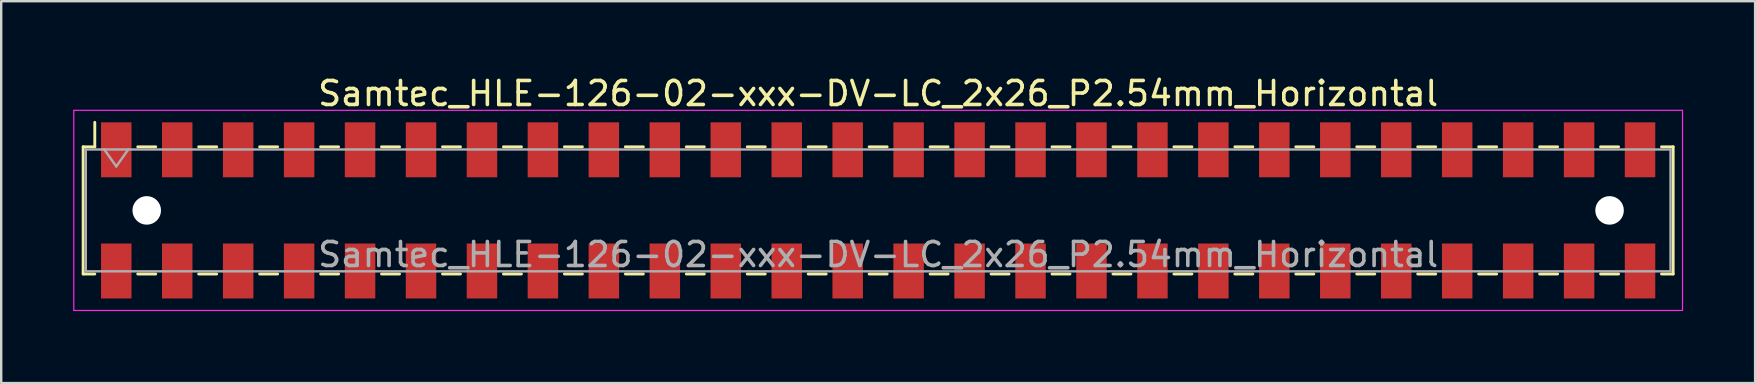
<source format=kicad_pcb>
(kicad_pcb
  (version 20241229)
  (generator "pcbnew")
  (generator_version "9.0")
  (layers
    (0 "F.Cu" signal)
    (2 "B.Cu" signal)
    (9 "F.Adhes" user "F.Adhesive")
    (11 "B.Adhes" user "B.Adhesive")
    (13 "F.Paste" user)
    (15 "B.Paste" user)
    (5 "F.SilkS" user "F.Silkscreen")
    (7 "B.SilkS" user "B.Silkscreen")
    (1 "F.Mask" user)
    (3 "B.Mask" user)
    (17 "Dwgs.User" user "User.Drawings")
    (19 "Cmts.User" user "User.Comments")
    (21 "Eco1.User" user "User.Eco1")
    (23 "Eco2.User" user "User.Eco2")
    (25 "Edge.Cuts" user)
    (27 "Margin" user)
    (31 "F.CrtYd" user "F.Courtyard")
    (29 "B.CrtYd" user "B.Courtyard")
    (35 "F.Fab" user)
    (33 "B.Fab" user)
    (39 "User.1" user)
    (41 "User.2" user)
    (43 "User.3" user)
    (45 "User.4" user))
  (footprint "Samtec_HLE-126-02-xxx-DV-LC_2x26_P2.54mm_Horizontal"
    (layer "F.Cu")
    (at 33.545 5.718)
    (property "Reference" "Samtec_HLE-126-02-xxx-DV-LC_2x26_P2.54mm_Horizontal" (at 0 -4.87 0) (layer "F.SilkS") (effects (font (size 1 1) (thickness 0.15))))
    (attr smd)
    (fp_line (start -33.13 -2.65) (end -33.13 2.65) (stroke (width 0.12) (type solid)) (layer "F.SilkS"))
    (fp_line (start -33.13 2.65) (end -32.645 2.65) (stroke (width 0.12) (type solid)) (layer "F.SilkS"))
    (fp_line (start -32.645 -3.67) (end -32.645 -2.65) (stroke (width 0.12) (type solid)) (layer "F.SilkS"))
    (fp_line (start -32.645 -2.65) (end -33.13 -2.65) (stroke (width 0.12) (type solid)) (layer "F.SilkS"))
    (fp_line (start -30.855 -2.65) (end -30.105 -2.65) (stroke (width 0.12) (type solid)) (layer "F.SilkS"))
    (fp_line (start -30.855 2.65) (end -30.105 2.65) (stroke (width 0.12) (type solid)) (layer "F.SilkS"))
    (fp_line (start -28.315 -2.65) (end -27.565 -2.65) (stroke (width 0.12) (type solid)) (layer "F.SilkS"))
    (fp_line (start -28.315 2.65) (end -27.565 2.65) (stroke (width 0.12) (type solid)) (layer "F.SilkS"))
    (fp_line (start -25.775 -2.65) (end -25.025 -2.65) (stroke (width 0.12) (type solid)) (layer "F.SilkS"))
    (fp_line (start -25.775 2.65) (end -25.025 2.65) (stroke (width 0.12) (type solid)) (layer "F.SilkS"))
    (fp_line (start -23.235 -2.65) (end -22.485 -2.65) (stroke (width 0.12) (type solid)) (layer "F.SilkS"))
    (fp_line (start -23.235 2.65) (end -22.485 2.65) (stroke (width 0.12) (type solid)) (layer "F.SilkS"))
    (fp_line (start -20.695 -2.65) (end -19.945 -2.65) (stroke (width 0.12) (type solid)) (layer "F.SilkS"))
    (fp_line (start -20.695 2.65) (end -19.945 2.65) (stroke (width 0.12) (type solid)) (layer "F.SilkS"))
    (fp_line (start -18.155 -2.65) (end -17.405 -2.65) (stroke (width 0.12) (type solid)) (layer "F.SilkS"))
    (fp_line (start -18.155 2.65) (end -17.405 2.65) (stroke (width 0.12) (type solid)) (layer "F.SilkS"))
    (fp_line (start -15.615 -2.65) (end -14.865 -2.65) (stroke (width 0.12) (type solid)) (layer "F.SilkS"))
    (fp_line (start -15.615 2.65) (end -14.865 2.65) (stroke (width 0.12) (type solid)) (layer "F.SilkS"))
    (fp_line (start -13.075 -2.65) (end -12.325 -2.65) (stroke (width 0.12) (type solid)) (layer "F.SilkS"))
    (fp_line (start -13.075 2.65) (end -12.325 2.65) (stroke (width 0.12) (type solid)) (layer "F.SilkS"))
    (fp_line (start -10.535 -2.65) (end -9.785 -2.65) (stroke (width 0.12) (type solid)) (layer "F.SilkS"))
    (fp_line (start -10.535 2.65) (end -9.785 2.65) (stroke (width 0.12) (type solid)) (layer "F.SilkS"))
    (fp_line (start -7.995 -2.65) (end -7.245 -2.65) (stroke (width 0.12) (type solid)) (layer "F.SilkS"))
    (fp_line (start -7.995 2.65) (end -7.245 2.65) (stroke (width 0.12) (type solid)) (layer "F.SilkS"))
    (fp_line (start -5.455 -2.65) (end -4.705 -2.65) (stroke (width 0.12) (type solid)) (layer "F.SilkS"))
    (fp_line (start -5.455 2.65) (end -4.705 2.65) (stroke (width 0.12) (type solid)) (layer "F.SilkS"))
    (fp_line (start -2.915 -2.65) (end -2.165 -2.65) (stroke (width 0.12) (type solid)) (layer "F.SilkS"))
    (fp_line (start -2.915 2.65) (end -2.165 2.65) (stroke (width 0.12) (type solid)) (layer "F.SilkS"))
    (fp_line (start -0.375 -2.65) (end 0.375 -2.65) (stroke (width 0.12) (type solid)) (layer "F.SilkS"))
    (fp_line (start -0.375 2.65) (end 0.375 2.65) (stroke (width 0.12) (type solid)) (layer "F.SilkS"))
    (fp_line (start 2.165 -2.65) (end 2.915 -2.65) (stroke (width 0.12) (type solid)) (layer "F.SilkS"))
    (fp_line (start 2.165 2.65) (end 2.915 2.65) (stroke (width 0.12) (type solid)) (layer "F.SilkS"))
    (fp_line (start 4.705 -2.65) (end 5.455 -2.65) (stroke (width 0.12) (type solid)) (layer "F.SilkS"))
    (fp_line (start 4.705 2.65) (end 5.455 2.65) (stroke (width 0.12) (type solid)) (layer "F.SilkS"))
    (fp_line (start 7.245 -2.65) (end 7.995 -2.65) (stroke (width 0.12) (type solid)) (layer "F.SilkS"))
    (fp_line (start 7.245 2.65) (end 7.995 2.65) (stroke (width 0.12) (type solid)) (layer "F.SilkS"))
    (fp_line (start 9.785 -2.65) (end 10.535 -2.65) (stroke (width 0.12) (type solid)) (layer "F.SilkS"))
    (fp_line (start 9.785 2.65) (end 10.535 2.65) (stroke (width 0.12) (type solid)) (layer "F.SilkS"))
    (fp_line (start 12.325 -2.65) (end 13.075 -2.65) (stroke (width 0.12) (type solid)) (layer "F.SilkS"))
    (fp_line (start 12.325 2.65) (end 13.075 2.65) (stroke (width 0.12) (type solid)) (layer "F.SilkS"))
    (fp_line (start 14.865 -2.65) (end 15.615 -2.65) (stroke (width 0.12) (type solid)) (layer "F.SilkS"))
    (fp_line (start 14.865 2.65) (end 15.615 2.65) (stroke (width 0.12) (type solid)) (layer "F.SilkS"))
    (fp_line (start 17.405 -2.65) (end 18.155 -2.65) (stroke (width 0.12) (type solid)) (layer "F.SilkS"))
    (fp_line (start 17.405 2.65) (end 18.155 2.65) (stroke (width 0.12) (type solid)) (layer "F.SilkS"))
    (fp_line (start 19.945 -2.65) (end 20.695 -2.65) (stroke (width 0.12) (type solid)) (layer "F.SilkS"))
    (fp_line (start 19.945 2.65) (end 20.695 2.65) (stroke (width 0.12) (type solid)) (layer "F.SilkS"))
    (fp_line (start 22.485 -2.65) (end 23.235 -2.65) (stroke (width 0.12) (type solid)) (layer "F.SilkS"))
    (fp_line (start 22.485 2.65) (end 23.235 2.65) (stroke (width 0.12) (type solid)) (layer "F.SilkS"))
    (fp_line (start 25.025 -2.65) (end 25.775 -2.65) (stroke (width 0.12) (type solid)) (layer "F.SilkS"))
    (fp_line (start 25.025 2.65) (end 25.775 2.65) (stroke (width 0.12) (type solid)) (layer "F.SilkS"))
    (fp_line (start 27.565 -2.65) (end 28.315 -2.65) (stroke (width 0.12) (type solid)) (layer "F.SilkS"))
    (fp_line (start 27.565 2.65) (end 28.315 2.65) (stroke (width 0.12) (type solid)) (layer "F.SilkS"))
    (fp_line (start 30.105 -2.65) (end 30.855 -2.65) (stroke (width 0.12) (type solid)) (layer "F.SilkS"))
    (fp_line (start 30.105 2.65) (end 30.855 2.65) (stroke (width 0.12) (type solid)) (layer "F.SilkS"))
    (fp_line (start 32.645 -2.65) (end 33.13 -2.65) (stroke (width 0.12) (type solid)) (layer "F.SilkS"))
    (fp_line (start 33.13 -2.65) (end 33.13 2.65) (stroke (width 0.12) (type solid)) (layer "F.SilkS"))
    (fp_line (start 33.13 2.65) (end 32.645 2.65) (stroke (width 0.12) (type solid)) (layer "F.SilkS"))
    (fp_line (start -33.52 -4.17) (end 33.52 -4.17) (stroke (width 0.05) (type solid)) (layer "F.CrtYd"))
    (fp_line (start -33.52 4.17) (end -33.52 -4.17) (stroke (width 0.05) (type solid)) (layer "F.CrtYd"))
    (fp_line (start 33.52 -4.17) (end 33.52 4.17) (stroke (width 0.05) (type solid)) (layer "F.CrtYd"))
    (fp_line (start 33.52 4.17) (end -33.52 4.17) (stroke (width 0.05) (type solid)) (layer "F.CrtYd"))
    (fp_line (start -33.02 -2.54) (end 33.02 -2.54) (stroke (width 0.1) (type solid)) (layer "F.Fab"))
    (fp_line (start -33.02 2.54) (end -33.02 -2.54) (stroke (width 0.1) (type solid)) (layer "F.Fab"))
    (fp_line (start -32.25 -2.54) (end -31.75 -1.833) (stroke (width 0.1) (type solid)) (layer "F.Fab"))
    (fp_line (start -31.75 -1.833) (end -31.25 -2.54) (stroke (width 0.1) (type solid)) (layer "F.Fab"))
    (fp_line (start 33.02 -2.54) (end 33.02 2.54) (stroke (width 0.1) (type solid)) (layer "F.Fab"))
    (fp_line (start 33.02 2.54) (end -33.02 2.54) (stroke (width 0.1) (type solid)) (layer "F.Fab"))
    (fp_text user "${REFERENCE}" (at 0 1.84 0) (layer "F.Fab") (effects (font (size 1 1) (thickness 0.15))))
    (pad "" np_thru_hole circle (at -30.48 0) (size 1.19 1.19) (drill 1.19) (layers "*.Cu" "*.Mask"))
    (pad "" np_thru_hole circle (at 30.48 0) (size 1.19 1.19) (drill 1.19) (layers "*.Cu" "*.Mask"))
    (pad "1" smd rect (at -31.75 -2.525) (size 1.27 2.29) (layers "F.Cu" "F.Mask" "F.Paste"))
    (pad "2" smd rect (at -31.75 2.525) (size 1.27 2.29) (layers "F.Cu" "F.Mask" "F.Paste"))
    (pad "3" smd rect (at -29.21 -2.525) (size 1.27 2.29) (layers "F.Cu" "F.Mask" "F.Paste"))
    (pad "4" smd rect (at -29.21 2.525) (size 1.27 2.29) (layers "F.Cu" "F.Mask" "F.Paste"))
    (pad "5" smd rect (at -26.67 -2.525) (size 1.27 2.29) (layers "F.Cu" "F.Mask" "F.Paste"))
    (pad "6" smd rect (at -26.67 2.525) (size 1.27 2.29) (layers "F.Cu" "F.Mask" "F.Paste"))
    (pad "7" smd rect (at -24.13 -2.525) (size 1.27 2.29) (layers "F.Cu" "F.Mask" "F.Paste"))
    (pad "8" smd rect (at -24.13 2.525) (size 1.27 2.29) (layers "F.Cu" "F.Mask" "F.Paste"))
    (pad "9" smd rect (at -21.59 -2.525) (size 1.27 2.29) (layers "F.Cu" "F.Mask" "F.Paste"))
    (pad "10" smd rect (at -21.59 2.525) (size 1.27 2.29) (layers "F.Cu" "F.Mask" "F.Paste"))
    (pad "11" smd rect (at -19.05 -2.525) (size 1.27 2.29) (layers "F.Cu" "F.Mask" "F.Paste"))
    (pad "12" smd rect (at -19.05 2.525) (size 1.27 2.29) (layers "F.Cu" "F.Mask" "F.Paste"))
    (pad "13" smd rect (at -16.51 -2.525) (size 1.27 2.29) (layers "F.Cu" "F.Mask" "F.Paste"))
    (pad "14" smd rect (at -16.51 2.525) (size 1.27 2.29) (layers "F.Cu" "F.Mask" "F.Paste"))
    (pad "15" smd rect (at -13.97 -2.525) (size 1.27 2.29) (layers "F.Cu" "F.Mask" "F.Paste"))
    (pad "16" smd rect (at -13.97 2.525) (size 1.27 2.29) (layers "F.Cu" "F.Mask" "F.Paste"))
    (pad "17" smd rect (at -11.43 -2.525) (size 1.27 2.29) (layers "F.Cu" "F.Mask" "F.Paste"))
    (pad "18" smd rect (at -11.43 2.525) (size 1.27 2.29) (layers "F.Cu" "F.Mask" "F.Paste"))
    (pad "19" smd rect (at -8.89 -2.525) (size 1.27 2.29) (layers "F.Cu" "F.Mask" "F.Paste"))
    (pad "20" smd rect (at -8.89 2.525) (size 1.27 2.29) (layers "F.Cu" "F.Mask" "F.Paste"))
    (pad "21" smd rect (at -6.35 -2.525) (size 1.27 2.29) (layers "F.Cu" "F.Mask" "F.Paste"))
    (pad "22" smd rect (at -6.35 2.525) (size 1.27 2.29) (layers "F.Cu" "F.Mask" "F.Paste"))
    (pad "23" smd rect (at -3.81 -2.525) (size 1.27 2.29) (layers "F.Cu" "F.Mask" "F.Paste"))
    (pad "24" smd rect (at -3.81 2.525) (size 1.27 2.29) (layers "F.Cu" "F.Mask" "F.Paste"))
    (pad "25" smd rect (at -1.27 -2.525) (size 1.27 2.29) (layers "F.Cu" "F.Mask" "F.Paste"))
    (pad "26" smd rect (at -1.27 2.525) (size 1.27 2.29) (layers "F.Cu" "F.Mask" "F.Paste"))
    (pad "27" smd rect (at 1.27 -2.525) (size 1.27 2.29) (layers "F.Cu" "F.Mask" "F.Paste"))
    (pad "28" smd rect (at 1.27 2.525) (size 1.27 2.29) (layers "F.Cu" "F.Mask" "F.Paste"))
    (pad "29" smd rect (at 3.81 -2.525) (size 1.27 2.29) (layers "F.Cu" "F.Mask" "F.Paste"))
    (pad "30" smd rect (at 3.81 2.525) (size 1.27 2.29) (layers "F.Cu" "F.Mask" "F.Paste"))
    (pad "31" smd rect (at 6.35 -2.525) (size 1.27 2.29) (layers "F.Cu" "F.Mask" "F.Paste"))
    (pad "32" smd rect (at 6.35 2.525) (size 1.27 2.29) (layers "F.Cu" "F.Mask" "F.Paste"))
    (pad "33" smd rect (at 8.89 -2.525) (size 1.27 2.29) (layers "F.Cu" "F.Mask" "F.Paste"))
    (pad "34" smd rect (at 8.89 2.525) (size 1.27 2.29) (layers "F.Cu" "F.Mask" "F.Paste"))
    (pad "35" smd rect (at 11.43 -2.525) (size 1.27 2.29) (layers "F.Cu" "F.Mask" "F.Paste"))
    (pad "36" smd rect (at 11.43 2.525) (size 1.27 2.29) (layers "F.Cu" "F.Mask" "F.Paste"))
    (pad "37" smd rect (at 13.97 -2.525) (size 1.27 2.29) (layers "F.Cu" "F.Mask" "F.Paste"))
    (pad "38" smd rect (at 13.97 2.525) (size 1.27 2.29) (layers "F.Cu" "F.Mask" "F.Paste"))
    (pad "39" smd rect (at 16.51 -2.525) (size 1.27 2.29) (layers "F.Cu" "F.Mask" "F.Paste"))
    (pad "40" smd rect (at 16.51 2.525) (size 1.27 2.29) (layers "F.Cu" "F.Mask" "F.Paste"))
    (pad "41" smd rect (at 19.05 -2.525) (size 1.27 2.29) (layers "F.Cu" "F.Mask" "F.Paste"))
    (pad "42" smd rect (at 19.05 2.525) (size 1.27 2.29) (layers "F.Cu" "F.Mask" "F.Paste"))
    (pad "43" smd rect (at 21.59 -2.525) (size 1.27 2.29) (layers "F.Cu" "F.Mask" "F.Paste"))
    (pad "44" smd rect (at 21.59 2.525) (size 1.27 2.29) (layers "F.Cu" "F.Mask" "F.Paste"))
    (pad "45" smd rect (at 24.13 -2.525) (size 1.27 2.29) (layers "F.Cu" "F.Mask" "F.Paste"))
    (pad "46" smd rect (at 24.13 2.525) (size 1.27 2.29) (layers "F.Cu" "F.Mask" "F.Paste"))
    (pad "47" smd rect (at 26.67 -2.525) (size 1.27 2.29) (layers "F.Cu" "F.Mask" "F.Paste"))
    (pad "48" smd rect (at 26.67 2.525) (size 1.27 2.29) (layers "F.Cu" "F.Mask" "F.Paste"))
    (pad "49" smd rect (at 29.21 -2.525) (size 1.27 2.29) (layers "F.Cu" "F.Mask" "F.Paste"))
    (pad "50" smd rect (at 29.21 2.525) (size 1.27 2.29) (layers "F.Cu" "F.Mask" "F.Paste"))
    (pad "51" smd rect (at 31.75 -2.525) (size 1.27 2.29) (layers "F.Cu" "F.Mask" "F.Paste"))
    (pad "52" smd rect (at 31.75 2.525) (size 1.27 2.29) (layers "F.Cu" "F.Mask" "F.Paste")))
  (gr_rect
    (start -3 -3)
    (end 70.09 12.913)
    (stroke (width 0.1) (type default))
    (fill no)
    (layer "Edge.Cuts")))
</source>
